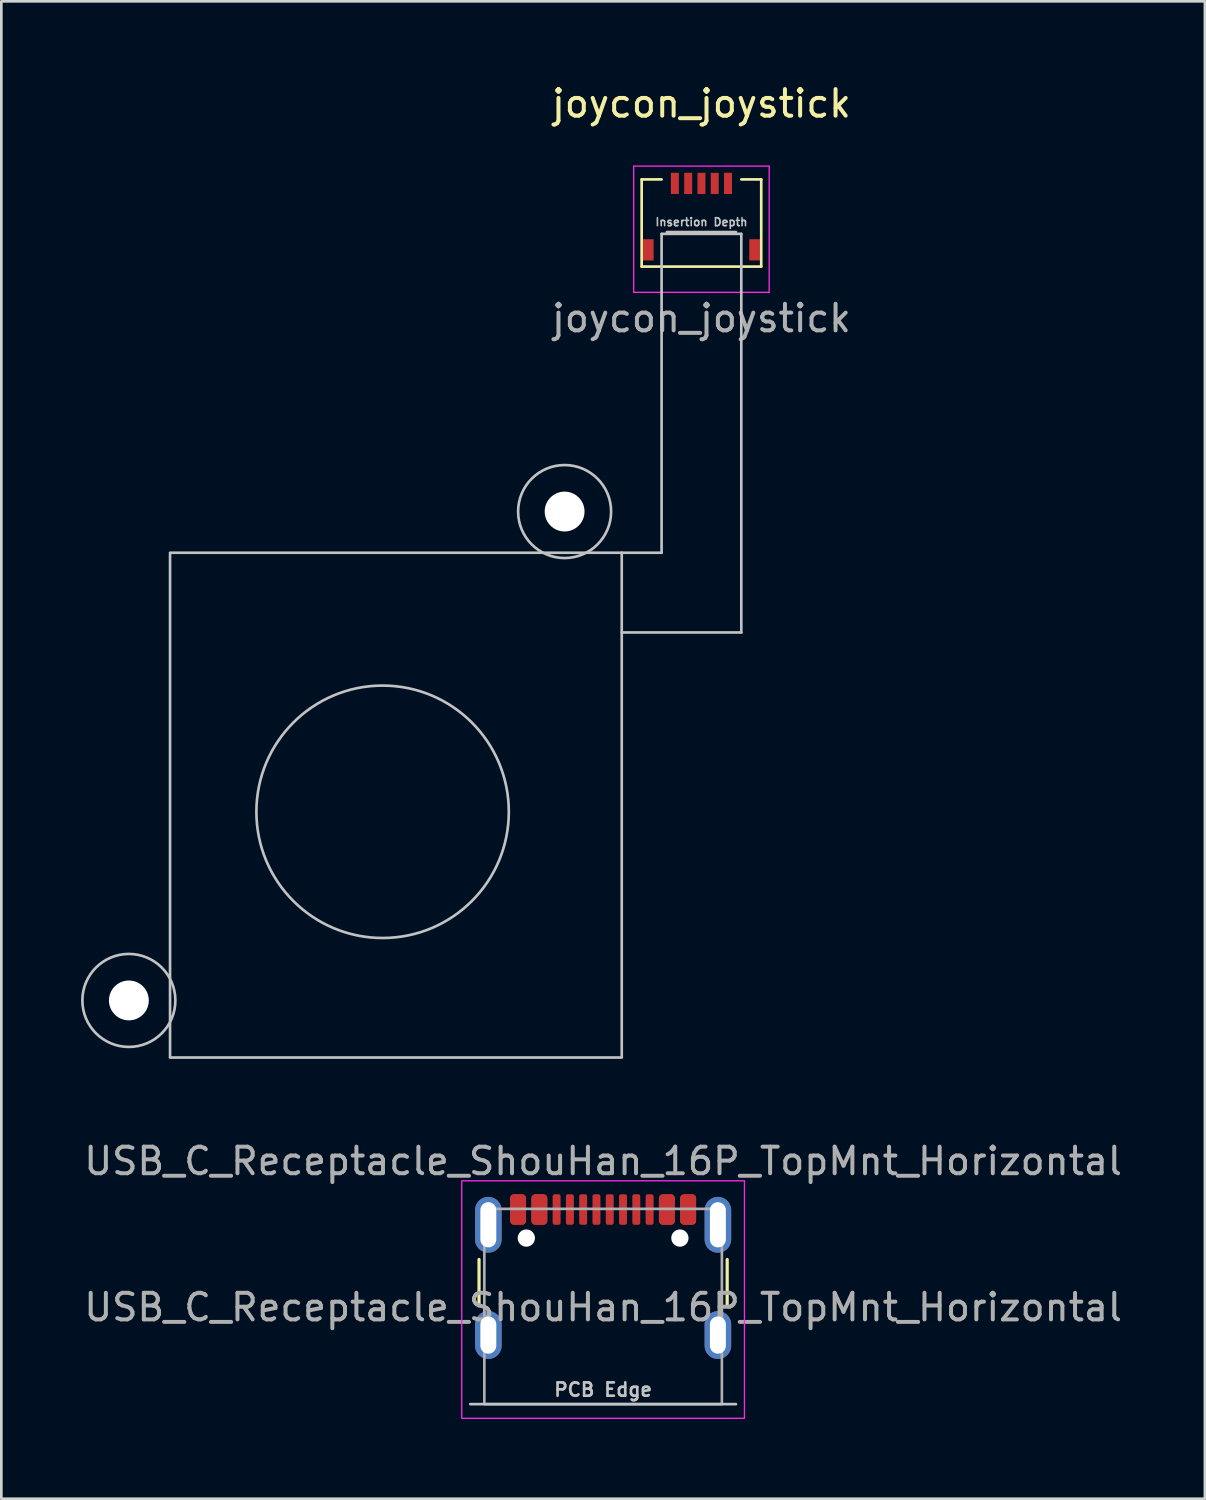
<source format=kicad_pcb>
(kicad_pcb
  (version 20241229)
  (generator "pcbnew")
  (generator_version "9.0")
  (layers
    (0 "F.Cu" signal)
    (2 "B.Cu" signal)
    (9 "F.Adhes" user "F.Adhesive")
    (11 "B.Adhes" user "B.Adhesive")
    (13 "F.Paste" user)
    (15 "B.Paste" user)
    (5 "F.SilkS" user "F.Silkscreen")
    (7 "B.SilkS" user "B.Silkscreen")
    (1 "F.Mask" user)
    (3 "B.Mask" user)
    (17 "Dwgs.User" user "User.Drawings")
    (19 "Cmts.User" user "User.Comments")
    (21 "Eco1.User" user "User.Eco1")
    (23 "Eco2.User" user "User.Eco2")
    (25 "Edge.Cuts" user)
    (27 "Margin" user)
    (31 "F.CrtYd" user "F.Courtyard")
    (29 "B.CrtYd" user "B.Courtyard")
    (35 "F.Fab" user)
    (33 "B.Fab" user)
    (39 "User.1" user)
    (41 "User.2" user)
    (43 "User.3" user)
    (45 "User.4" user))
  (footprint "USB_C_Receptacle_ShouHan_16P_TopMnt_Horizontal"
    (layer "F.Cu")
    (at 19.649 44.834)
    (property "Reference" "USB_C_Receptacle_ShouHan_16P_TopMnt_Horizontal" (at 0 -4.182 0) (layer "F.Fab") (effects (font (size 1 1) (thickness 0.15))))
    (attr smd)
    (fp_line (start -4.67 1.218) (end -4.67 -0.482) (stroke (width 0.12) (type solid)) (layer "F.SilkS"))
    (fp_line (start 4.67 1.218) (end 4.67 -0.482) (stroke (width 0.12) (type solid)) (layer "F.SilkS"))
    (fp_line (start 5 4.963) (end -5 4.963) (stroke (width 0.1) (type solid)) (layer "Dwgs.User"))
    (fp_rect (start -5.32 -3.442) (end 5.32 5.498) (stroke (width 0.05) (type solid)) (fill no) (layer "F.CrtYd"))
    (fp_rect (start -4.47 -2.387) (end 4.47 4.963) (stroke (width 0.1) (type solid)) (fill no) (layer "F.Fab"))
    (fp_text user "PCB Edge" (at 0 4.418 0) (unlocked yes) (layer "Dwgs.User") (effects (font (size 0.5 0.5) (thickness 0.1))))
    (fp_text user "${REFERENCE}" (at 0 1.318 0) (unlocked yes) (layer "F.Fab") (effects (font (size 1 1) (thickness 0.15))))
    (pad "" np_thru_hole circle (at -2.89 -1.287) (size 0.65 0.65) (drill 0.65) (layers "*.Cu" "*.Mask"))
    (pad "" np_thru_hole circle (at 2.89 -1.287) (size 0.65 0.65) (drill 0.65) (layers "*.Cu" "*.Mask"))
    (pad "A1" smd roundrect (at -3.2 -2.362) (size 0.6 1.15) (layers "F.Cu" "F.Mask" "F.Paste") (roundrect_rratio 0.25))
    (pad "A4" smd roundrect (at -2.4 -2.362) (size 0.6 1.15) (layers "F.Cu" "F.Mask" "F.Paste") (roundrect_rratio 0.25))
    (pad "A5" smd roundrect (at -1.25 -2.362) (size 0.3 1.15) (layers "F.Cu" "F.Mask" "F.Paste") (roundrect_rratio 0.25))
    (pad "A6" smd roundrect (at -0.25 -2.362) (size 0.3 1.15) (layers "F.Cu" "F.Mask" "F.Paste") (roundrect_rratio 0.25))
    (pad "A7" smd roundrect (at 0.25 -2.362) (size 0.3 1.15) (layers "F.Cu" "F.Mask" "F.Paste") (roundrect_rratio 0.25))
    (pad "A8" smd roundrect (at 1.25 -2.362) (size 0.3 1.15) (layers "F.Cu" "F.Mask" "F.Paste") (roundrect_rratio 0.25))
    (pad "A9" smd roundrect (at 2.4 -2.362) (size 0.6 1.15) (layers "F.Cu" "F.Mask" "F.Paste") (roundrect_rratio 0.25))
    (pad "A12" smd roundrect (at 3.2 -2.362) (size 0.6 1.15) (layers "F.Cu" "F.Mask" "F.Paste") (roundrect_rratio 0.25))
    (pad "B1" smd roundrect (at 3.2 -2.362) (size 0.6 1.15) (layers "F.Cu" "F.Mask" "F.Paste") (roundrect_rratio 0.25))
    (pad "B4" smd roundrect (at 2.4 -2.362) (size 0.6 1.15) (layers "F.Cu" "F.Mask" "F.Paste") (roundrect_rratio 0.25))
    (pad "B5" smd roundrect (at 1.75 -2.362) (size 0.3 1.15) (layers "F.Cu" "F.Mask" "F.Paste") (roundrect_rratio 0.25))
    (pad "B6" smd roundrect (at 0.75 -2.362) (size 0.3 1.15) (layers "F.Cu" "F.Mask" "F.Paste") (roundrect_rratio 0.25))
    (pad "B7" smd roundrect (at -0.75 -2.362) (size 0.3 1.15) (layers "F.Cu" "F.Mask" "F.Paste") (roundrect_rratio 0.25))
    (pad "B8" smd roundrect (at -1.75 -2.362) (size 0.3 1.15) (layers "F.Cu" "F.Mask" "F.Paste") (roundrect_rratio 0.25))
    (pad "B9" smd roundrect (at -2.4 -2.362) (size 0.6 1.15) (layers "F.Cu" "F.Mask" "F.Paste") (roundrect_rratio 0.25))
    (pad "B12" smd roundrect (at -3.2 -2.362) (size 0.6 1.15) (layers "F.Cu" "F.Mask" "F.Paste") (roundrect_rratio 0.25))
    (pad "S1" thru_hole oval (at -4.32 -1.787) (size 1 2.1) (drill oval 0.6 1.7) (layers "*.Cu" "*.Mask" "F.Paste"))
    (pad "S1" thru_hole oval (at -4.32 2.363) (size 1 1.8) (drill oval 0.6 1.4) (layers "*.Cu" "*.Mask" "F.Paste"))
    (pad "S1" thru_hole oval (at 4.32 -1.787) (size 1 2.1) (drill oval 0.6 1.7) (layers "*.Cu" "*.Mask" "F.Paste"))
    (pad "S1" thru_hole oval (at 4.32 2.363) (size 1 1.8) (drill oval 0.6 1.4) (layers "*.Cu" "*.Mask" "F.Paste")))
  (footprint "joycon_joystick"
    (layer "F.Cu")
    (at 23.35 5.103)
    (property "Reference" "joycon_joystick" (at 0 -4.255 0) (layer "F.SilkS") (effects (font (size 1 1) (thickness 0.15))))
    (attr smd)
    (fp_line (start -2.25 -1.4) (end -2.25 1.88) (stroke (width 0.1) (type default)) (layer "F.SilkS"))
    (fp_line (start -2.25 -1.4) (end -1.5 -1.4) (stroke (width 0.1) (type default)) (layer "F.SilkS"))
    (fp_line (start 2.25 -1.4) (end 1.5 -1.4) (stroke (width 0.1) (type default)) (layer "F.SilkS"))
    (fp_line (start 2.25 -1.4) (end 2.25 1.88) (stroke (width 0.1) (type default)) (layer "F.SilkS"))
    (fp_line (start 2.25 1.88) (end -2.25 1.88) (stroke (width 0.1) (type default)) (layer "F.SilkS"))
    (fp_line (start -1.5 0.65) (end -1.5 12.65) (stroke (width 0.1) (type default)) (layer "Dwgs.User"))
    (fp_line (start -1.5 0.65) (end 1.5 0.65) (stroke (width 0.1) (type default)) (layer "Dwgs.User"))
    (fp_line (start -1.5 12.65) (end -3 12.65) (stroke (width 0.1) (type default)) (layer "Dwgs.User"))
    (fp_line (start -1.3 0.58) (end 1.3 0.58) (stroke (width 0.1) (type default)) (layer "Dwgs.User"))
    (fp_line (start 1.5 0.65) (end 1.5 15.65) (stroke (width 0.1) (type default)) (layer "Dwgs.User"))
    (fp_line (start 1.5 15.65) (end -3 15.65) (stroke (width 0.1) (type default)) (layer "Dwgs.User"))
    (fp_rect (start -20 12.65) (end -3 31.65) (stroke (width 0.1) (type default)) (fill no) (layer "Dwgs.User"))
    (fp_circle (center -21.55 29.5) (end -19.8 29.5) (stroke (width 0.1) (type default)) (fill no) (layer "Dwgs.User"))
    (fp_circle (center -12 22.4) (end -7.25 22.4) (stroke (width 0.1) (type default)) (fill no) (layer "Dwgs.User"))
    (fp_circle (center -5.15 11.1) (end -3.4 11.1) (stroke (width 0.1) (type default)) (fill no) (layer "Dwgs.User"))
    (fp_line (start -2.55 -1.9) (end -2.55 2.85) (stroke (width 0.05) (type default)) (layer "F.CrtYd"))
    (fp_line (start -2.55 -1.9) (end 2.55 -1.9) (stroke (width 0.05) (type default)) (layer "F.CrtYd"))
    (fp_line (start 2.55 -1.9) (end 2.55 2.85) (stroke (width 0.05) (type default)) (layer "F.CrtYd"))
    (fp_line (start 2.55 2.85) (end -2.55 2.85) (stroke (width 0.05) (type default)) (layer "F.CrtYd"))
    (fp_text user "Insertion Depth" (at 0 0.38 0) (unlocked yes) (layer "Dwgs.User") (effects (font (size 0.3 0.3) (thickness 0.06) (bold yes)) (justify bottom)))
    (fp_text user "${REFERENCE}" (at 0 3.825 0) (layer "F.Fab") (effects (font (size 1 1) (thickness 0.15))))
    (pad "" np_thru_hole circle (at -21.55 29.5) (size 1.5 1.5) (drill 1.5) (layers "*.Cu" "*.Mask"))
    (pad "" np_thru_hole circle (at -5.15 11.1) (size 1.5 1.5) (drill 1.5) (layers "*.Cu" "*.Mask"))
    (pad "1" smd rect (at -1 -1.25) (size 0.3 0.8) (layers "F.Cu" "F.Mask" "F.Paste"))
    (pad "2" smd rect (at -0.5 -1.25) (size 0.3 0.8) (layers "F.Cu" "F.Mask" "F.Paste"))
    (pad "3" smd rect (at 0 -1.25) (size 0.3 0.8) (layers "F.Cu" "F.Mask" "F.Paste"))
    (pad "4" smd rect (at 0.5 -1.25) (size 0.3 0.8) (layers "F.Cu" "F.Mask" "F.Paste"))
    (pad "5" smd rect (at 1 -1.25) (size 0.3 0.8) (layers "F.Cu" "F.Mask" "F.Paste"))
    (pad "S1" smd rect (at -2 1.25) (size 0.4 0.8) (layers "F.Cu" "F.Mask" "F.Paste"))
    (pad "S1" smd rect (at 2 1.25) (size 0.4 0.8) (layers "F.Cu" "F.Mask" "F.Paste")))
  (gr_rect
    (start -3 -3)
    (end 42.298 53.356)
    (stroke (width 0.1) (type default))
    (fill no)
    (layer "Edge.Cuts")))
</source>
